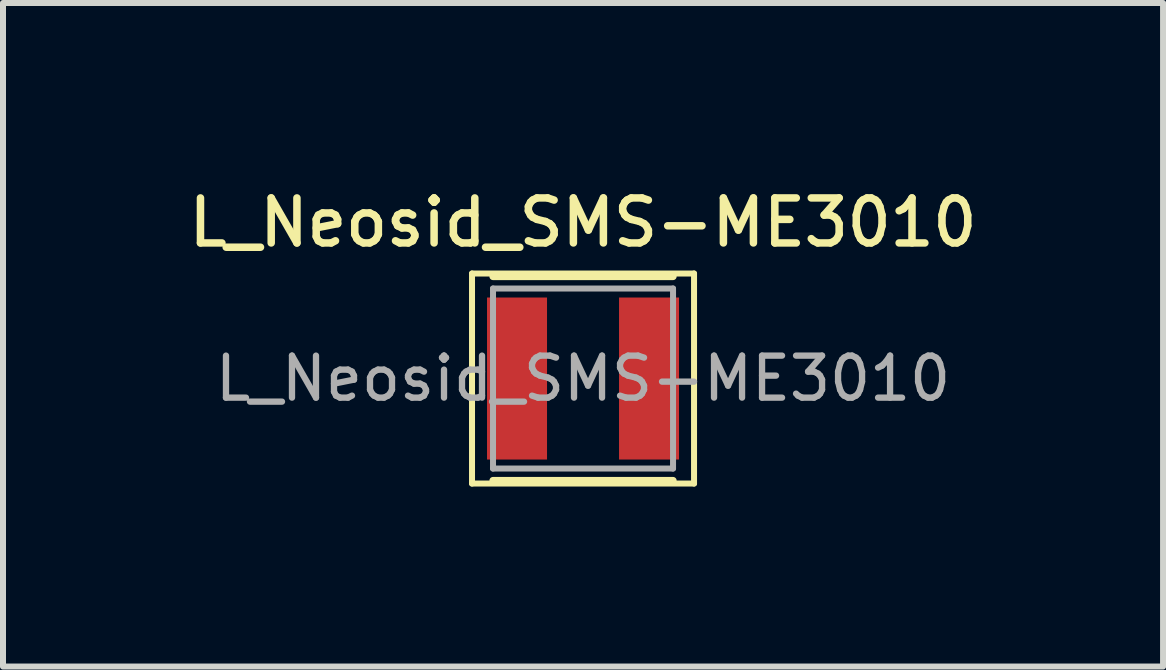
<source format=kicad_pcb>
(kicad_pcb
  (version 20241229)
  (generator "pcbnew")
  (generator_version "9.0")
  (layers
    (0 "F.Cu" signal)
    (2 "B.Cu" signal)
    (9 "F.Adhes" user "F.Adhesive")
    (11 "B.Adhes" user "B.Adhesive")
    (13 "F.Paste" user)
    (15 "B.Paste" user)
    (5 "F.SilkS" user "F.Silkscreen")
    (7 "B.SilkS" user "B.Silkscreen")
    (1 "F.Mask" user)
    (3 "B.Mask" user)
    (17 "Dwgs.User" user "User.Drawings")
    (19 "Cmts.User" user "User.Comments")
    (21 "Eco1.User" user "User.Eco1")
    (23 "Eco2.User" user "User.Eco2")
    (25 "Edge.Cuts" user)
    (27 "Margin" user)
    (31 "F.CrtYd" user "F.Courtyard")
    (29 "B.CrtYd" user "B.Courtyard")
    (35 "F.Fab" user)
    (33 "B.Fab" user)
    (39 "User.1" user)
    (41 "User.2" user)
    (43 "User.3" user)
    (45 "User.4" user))
  (footprint "L_Neosid_SMS-ME3010"
    (layer "F.Cu")
    (at 6.666 3.258)
    (property "Reference" "L_Neosid_SMS-ME3010" (at 0 -2.6 0) (layer "F.SilkS") (effects (font (size 0.75 0.75) (thickness 0.125))))
    (attr smd)
    (fp_line (start -1.85 -1.75) (end -1.85 1.75) (stroke (width 0.1) (type solid)) (layer "F.SilkS"))
    (fp_line (start -1.85 -1.75) (end 1.85 -1.75) (stroke (width 0.1) (type solid)) (layer "F.SilkS"))
    (fp_line (start 1.5 -1.7) (end -1.5 -1.7) (stroke (width 0.12) (type solid)) (layer "F.SilkS"))
    (fp_line (start 1.5 1.7) (end -1.5 1.7) (stroke (width 0.12) (type solid)) (layer "F.SilkS"))
    (fp_line (start 1.85 1.75) (end -1.85 1.75) (stroke (width 0.1) (type solid)) (layer "F.SilkS"))
    (fp_line (start 1.85 1.75) (end 1.85 -1.75) (stroke (width 0.1) (type solid)) (layer "F.SilkS"))
    (fp_line (start -1.5 -1.5) (end -1.5 1.5) (stroke (width 0.1) (type solid)) (layer "F.Fab"))
    (fp_line (start -1.5 1.5) (end 1.5 1.5) (stroke (width 0.1) (type solid)) (layer "F.Fab"))
    (fp_line (start 1.5 -1.5) (end -1.5 -1.5) (stroke (width 0.1) (type solid)) (layer "F.Fab"))
    (fp_line (start 1.5 1.5) (end 1.5 -1.5) (stroke (width 0.1) (type solid)) (layer "F.Fab"))
    (fp_text user "${REFERENCE}" (at 0 0 0) (layer "F.Fab") (effects (font (size 0.7 0.7) (thickness 0.105))))
    (pad "1" smd rect (at -1.1 0) (size 1 2.7) (layers "F.Cu" "F.Mask" "F.Paste"))
    (pad "2" smd rect (at 1.1 0) (size 1 2.7) (layers "F.Cu" "F.Mask" "F.Paste")))
  (gr_rect
    (start -3 -3)
    (end 16.332 8.058)
    (stroke (width 0.1) (type default))
    (fill no)
    (layer "Edge.Cuts")))
</source>
